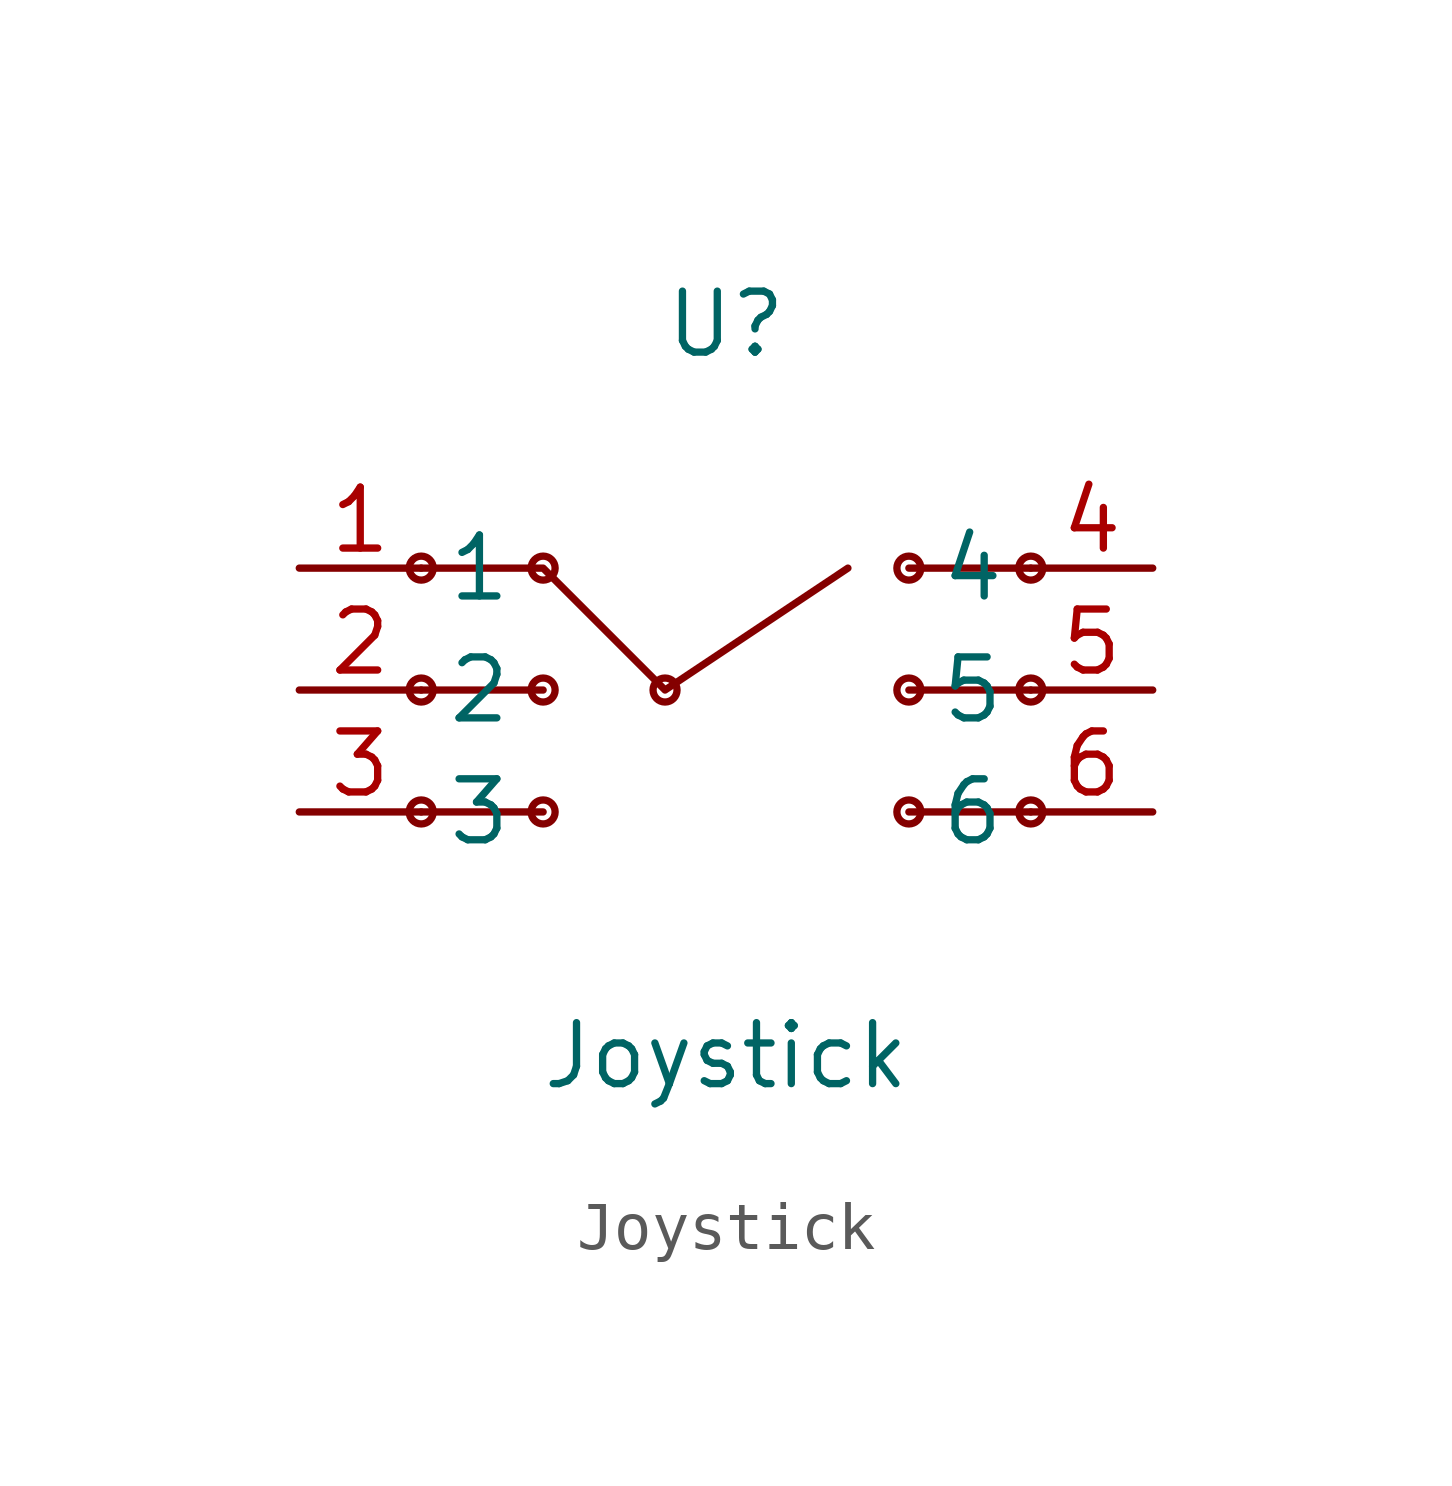
<source format=kicad_sym>
(kicad_symbol_lib
  (version 20241209)
  (generator "kicad_symbol_editor")
  (generator_version "9.0")
  (symbol "Joystick"
    (property "Reference" "U"
      (at 0 7.62 0)
      (effects (font (size 1.27 1.27))))
    (property "Value" "Joystick"
      (at 0 -7.62 0)
      (effects (font (size 1.27 1.27))))
    (symbol "Joystick_0_1"
      (circle (center -6.35 2.54) (radius 0.25) (stroke (width 0) (type default)) (fill (type none)))
      (polyline (pts (xy -6.35 2.54) (xy -3.81 2.54) (xy -1.27 0) (xy 2.54 2.54)) (stroke (width 0) (type default)) (fill (type none)))
      (circle (center -6.35 0) (radius 0.25) (stroke (width 0) (type default)) (fill (type none)))
      (polyline (pts (xy -6.35 0) (xy -3.81 0)) (stroke (width 0) (type default)) (fill (type none)))
      (circle (center -6.35 -2.54) (radius 0.25) (stroke (width 0) (type default)) (fill (type none)))
      (polyline (pts (xy -6.35 -2.54) (xy -3.81 -2.54)) (stroke (width 0) (type default)) (fill (type none)))
      (circle (center -3.81 2.54) (radius 0.25) (stroke (width 0) (type default)) (fill (type none)))
      (circle (center -3.81 0) (radius 0.25) (stroke (width 0) (type default)) (fill (type none)))
      (circle (center -3.81 -2.54) (radius 0.25) (stroke (width 0) (type default)) (fill (type none)))
      (circle (center -1.27 0) (radius 0.25) (stroke (width 0) (type default)) (fill (type none)))
      (circle (center 3.81 2.54) (radius 0.25) (stroke (width 0) (type default)) (fill (type none)))
      (circle (center 3.81 0) (radius 0.25) (stroke (width 0) (type default)) (fill (type none)))
      (circle (center 3.81 -2.54) (radius 0.25) (stroke (width 0) (type default)) (fill (type none)))
      (polyline (pts (xy 6.35 2.54) (xy 3.81 2.54)) (stroke (width 0) (type default)) (fill (type none)))
      (circle (center 6.35 2.54) (radius 0.25) (stroke (width 0) (type default)) (fill (type none)))
      (polyline (pts (xy 6.35 0) (xy 3.81 0)) (stroke (width 0) (type default)) (fill (type none)))
      (circle (center 6.35 0) (radius 0.25) (stroke (width 0) (type default)) (fill (type none)))
      (polyline (pts (xy 6.35 -2.54) (xy 3.81 -2.54)) (stroke (width 0) (type default)) (fill (type none)))
      (circle (center 6.35 -2.54) (radius 0.25) (stroke (width 0) (type default)) (fill (type none)))
      (pin unspecified line (at -8.89 2.54 0) (length 2.54) (name "1" (effects (font (size 1.27 1.27)))) (number "1" (effects (font (size 1.27 1.27)))))
      (pin unspecified line (at -8.89 0 0) (length 2.54) (name "2" (effects (font (size 1.27 1.27)))) (number "2" (effects (font (size 1.27 1.27)))))
      (pin unspecified line (at -8.89 -2.54 0) (length 2.54) (name "3" (effects (font (size 1.27 1.27)))) (number "3" (effects (font (size 1.27 1.27)))))
      (pin unspecified line (at 8.89 2.54 180) (length 2.54) (name "4" (effects (font (size 1.27 1.27)))) (number "4" (effects (font (size 1.27 1.27)))))
      (pin unspecified line (at 8.89 0 180) (length 2.54) (name "5" (effects (font (size 1.27 1.27)))) (number "5" (effects (font (size 1.27 1.27)))))
      (pin unspecified line (at 8.89 -2.54 180) (length 2.54) (name "6" (effects (font (size 1.27 1.27)))) (number "6" (effects (font (size 1.27 1.27))))))))
</source>
